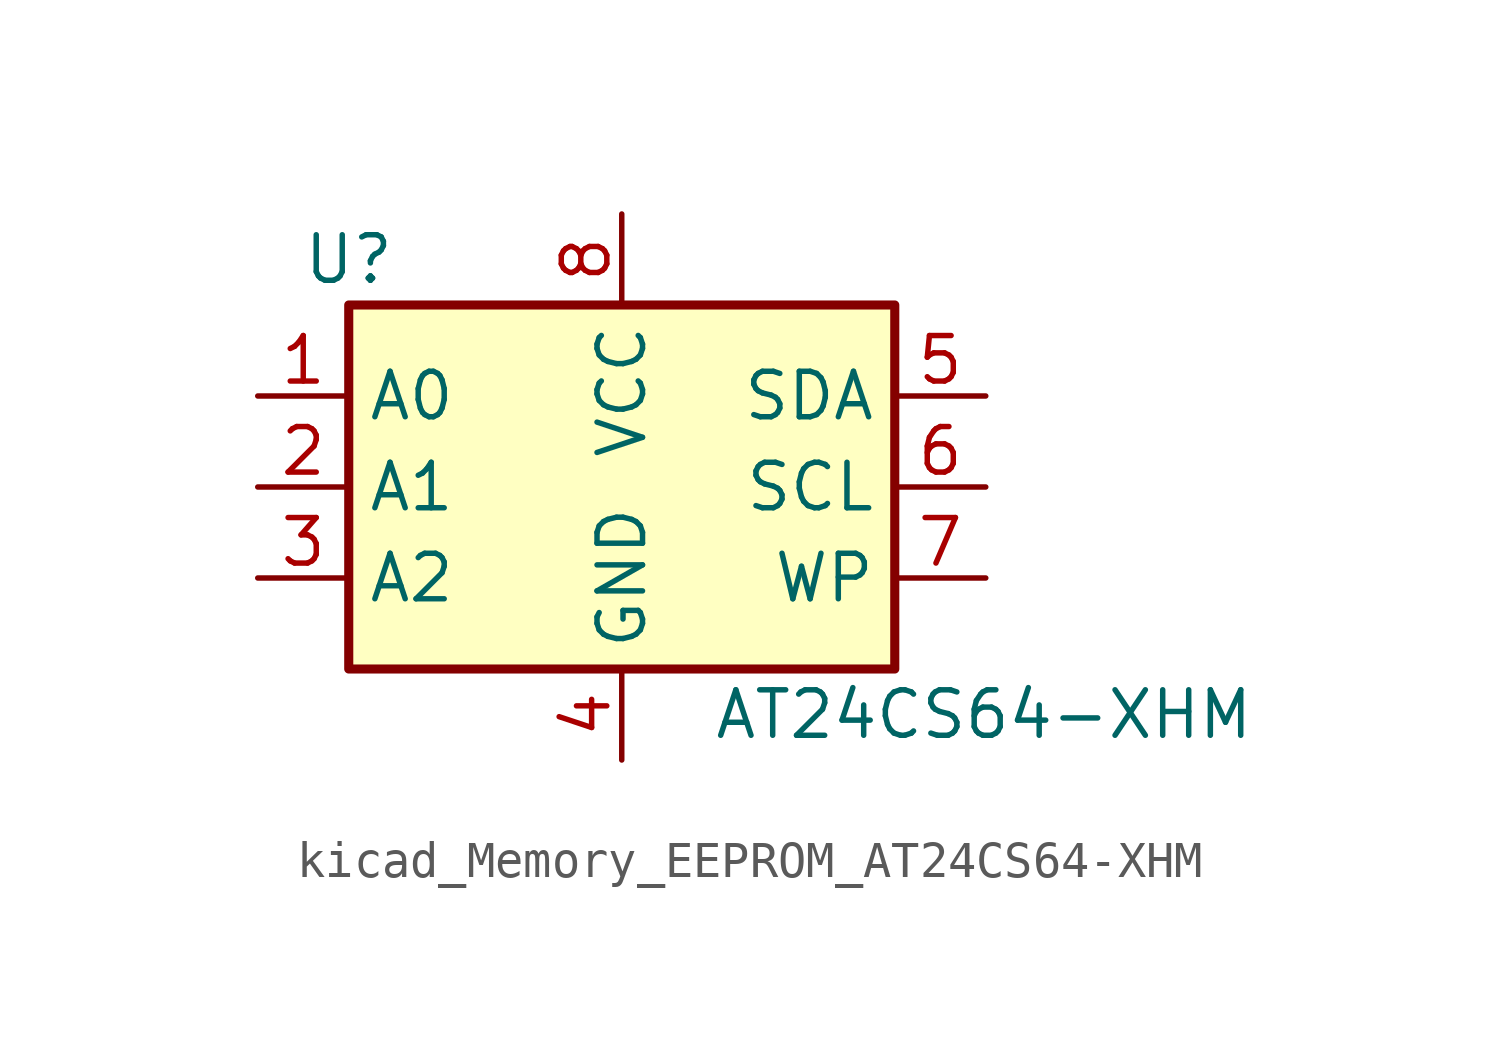
<source format=kicad_sym>
(kicad_symbol_lib
  (version 20220914)
  (generator kicad_symbol_editor)
  (symbol "kicad_Memory_EEPROM_AT24CS64-XHM"
    (property "Reference" "U"
      (at -7.62 6.35 0)
      (effects (font (size 1.27 1.27))))
    (property "Value" "AT24CS64-XHM"
      (at 2.54 -6.35 0)
      (effects (font (size 1.27 1.27)) (justify left)))
    (symbol "kicad_Memory_EEPROM_AT24CS64-XHM_1_1"
      (rectangle (start -7.62 5.08) (end 7.62 -5.08) (stroke (width 0.254) (type default)) (fill (type background)))
      (pin input line (at -10.16 2.54 0) (length 2.54) (name "A0" (effects (font (size 1.27 1.27)))) (number "1" (effects (font (size 1.27 1.27)))))
      (pin input line (at -10.16 0 0) (length 2.54) (name "A1" (effects (font (size 1.27 1.27)))) (number "2" (effects (font (size 1.27 1.27)))))
      (pin input line (at -10.16 -2.54 0) (length 2.54) (name "A2" (effects (font (size 1.27 1.27)))) (number "3" (effects (font (size 1.27 1.27)))))
      (pin power_in line (at 0 -7.62 90) (length 2.54) (name "GND" (effects (font (size 1.27 1.27)))) (number "4" (effects (font (size 1.27 1.27)))))
      (pin bidirectional line (at 10.16 2.54 180) (length 2.54) (name "SDA" (effects (font (size 1.27 1.27)))) (number "5" (effects (font (size 1.27 1.27)))))
      (pin input line (at 10.16 0 180) (length 2.54) (name "SCL" (effects (font (size 1.27 1.27)))) (number "6" (effects (font (size 1.27 1.27)))))
      (pin input line (at 10.16 -2.54 180) (length 2.54) (name "WP" (effects (font (size 1.27 1.27)))) (number "7" (effects (font (size 1.27 1.27)))))
      (pin power_in line (at 0 7.62 270) (length 2.54) (name "VCC" (effects (font (size 1.27 1.27)))) (number "8" (effects (font (size 1.27 1.27))))))))
</source>
